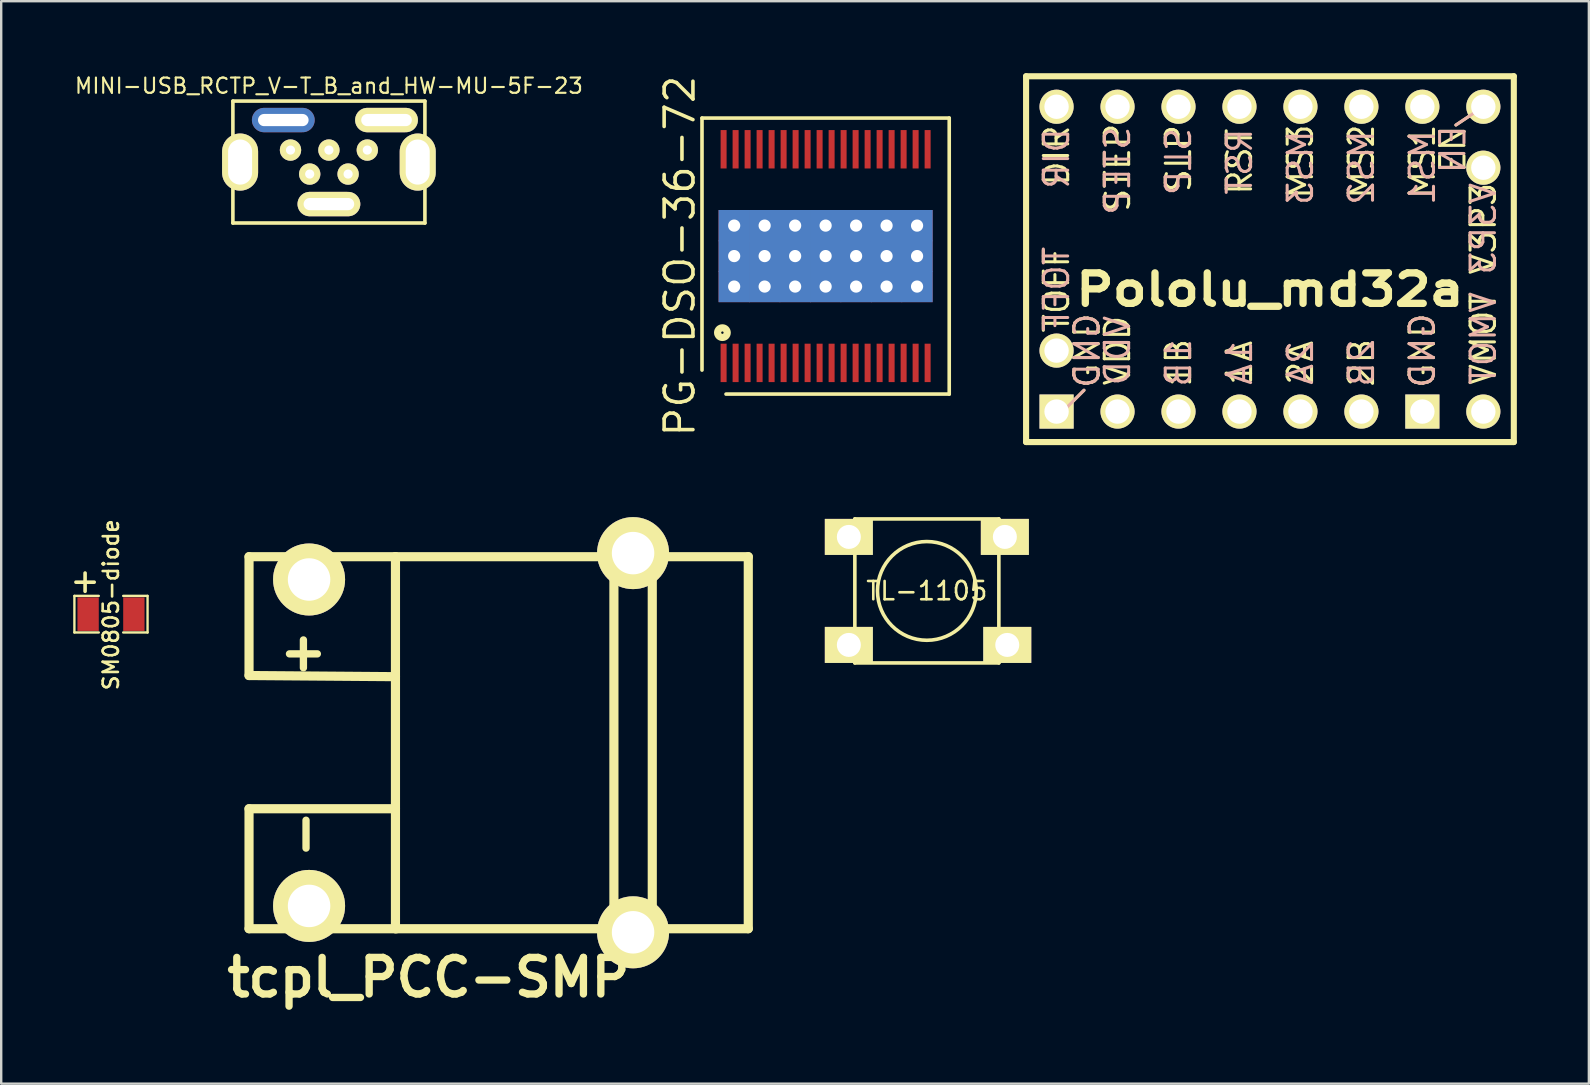
<source format=kicad_pcb>
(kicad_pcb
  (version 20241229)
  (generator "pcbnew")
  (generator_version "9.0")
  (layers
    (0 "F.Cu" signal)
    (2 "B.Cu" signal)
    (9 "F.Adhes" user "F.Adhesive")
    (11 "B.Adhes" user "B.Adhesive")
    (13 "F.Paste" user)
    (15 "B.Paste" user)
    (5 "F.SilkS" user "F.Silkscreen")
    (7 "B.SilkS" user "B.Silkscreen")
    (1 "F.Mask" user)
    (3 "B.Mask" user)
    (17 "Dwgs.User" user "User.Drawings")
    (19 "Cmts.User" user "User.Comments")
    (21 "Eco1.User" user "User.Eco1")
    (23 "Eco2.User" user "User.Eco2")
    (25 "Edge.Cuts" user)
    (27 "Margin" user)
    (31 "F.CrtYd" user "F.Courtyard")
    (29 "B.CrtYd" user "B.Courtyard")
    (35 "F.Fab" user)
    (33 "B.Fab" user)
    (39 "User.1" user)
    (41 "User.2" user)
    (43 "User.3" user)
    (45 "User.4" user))
  (footprint "Pololu_md32a"
    (layer "F.Cu")
    (at 49.859 7.747)
    (property "Reference" "Pololu_md32a" (at 0 1.27 0) (layer "F.SilkS") (effects (font (size 1.27 1.524) (thickness 0.305))))
    (attr through_hole)
    (fp_line (start -10.16 -7.62) (end 10.16 -7.62) (stroke (width 0.254) (type solid)) (layer "F.SilkS"))
    (fp_line (start -10.16 7.62) (end -10.16 -7.62) (stroke (width 0.254) (type solid)) (layer "F.SilkS"))
    (fp_line (start -8.636 6.35) (end -7.747 5.461) (stroke (width 0.127) (type solid)) (layer "F.SilkS"))
    (fp_line (start 8.89 -6.35) (end 7.747 -5.588) (stroke (width 0.127) (type solid)) (layer "F.SilkS"))
    (fp_line (start 10.16 -7.62) (end 10.16 7.62) (stroke (width 0.254) (type solid)) (layer "F.SilkS"))
    (fp_line (start 10.16 7.62) (end -10.16 7.62) (stroke (width 0.254) (type solid)) (layer "F.SilkS"))
    (fp_line (start -8.636 6.35) (end -7.747 5.461) (stroke (width 0.127) (type solid)) (layer "B.SilkS"))
    (fp_line (start 8.89 -6.35) (end 7.747 -5.588) (stroke (width 0.127) (type solid)) (layer "B.SilkS"))
    (fp_text user "MS3" (at 1.27 -4.064 90) (layer "F.SilkS") (effects (font (size 1.016 1.016) (thickness 0.127))))
    (fp_text user "VMOT" (at 8.89 3.302 90) (layer "F.SilkS") (effects (font (size 1.016 1.016) (thickness 0.127))))
    (fp_text user "2A" (at 1.27 4.318 90) (layer "F.SilkS") (effects (font (size 1.016 1.016) (thickness 0.127))))
    (fp_text user "TOFF" (at -8.89 1.27 90) (layer "F.SilkS") (effects (font (size 1.016 1.016) (thickness 0.127))))
    (fp_text user "MS1" (at 6.35 -4.064 90) (layer "F.SilkS") (effects (font (size 1.016 1.016) (thickness 0.127))))
    (fp_text user "V3P3" (at 8.89 -1.27 90) (layer "F.SilkS") (effects (font (size 1.016 1.016) (thickness 0.127))))
    (fp_text user "STEP" (at -6.35 -3.81 90) (layer "F.SilkS") (effects (font (size 1.016 1.016) (thickness 0.127))))
    (fp_text user "RST" (at -1.27 -4.064 90) (layer "F.SilkS") (effects (font (size 1.016 1.016) (thickness 0.127))))
    (fp_text user "GND" (at 6.35 3.81 90) (layer "F.SilkS") (effects (font (size 1.016 1.016) (thickness 0.127))))
    (fp_text user "2B" (at 3.81 4.318 90) (layer "F.SilkS") (effects (font (size 1.016 1.016) (thickness 0.127))))
    (fp_text user "MS2" (at 3.81 -4.064 90) (layer "F.SilkS") (effects (font (size 1.016 1.016) (thickness 0.127))))
    (fp_text user "VDD" (at -6.35 3.81 90) (layer "F.SilkS") (effects (font (size 1.016 1.016) (thickness 0.127))))
    (fp_text user "SLP" (at -3.81 -4.191 90) (layer "F.SilkS") (effects (font (size 1.016 1.016) (thickness 0.127))))
    (fp_text user "1A" (at -1.27 4.318 90) (layer "F.SilkS") (effects (font (size 1.016 1.016) (thickness 0.127))))
    (fp_text user "EN" (at 7.62 -4.572 90) (layer "F.SilkS") (effects (font (size 1.016 1.016) (thickness 0.127))))
    (fp_text user "GND" (at -7.62 3.81 90) (layer "F.SilkS") (effects (font (size 1.016 1.016) (thickness 0.127))))
    (fp_text user "1B" (at -3.81 4.318 90) (layer "F.SilkS") (effects (font (size 1.016 1.016) (thickness 0.127))))
    (fp_text user "DIR" (at -8.89 -4.318 90) (layer "F.SilkS") (effects (font (size 1.016 1.016) (thickness 0.127))))
    (fp_text user "VMOT" (at 8.89 3.302 90) (layer "B.SilkS") (effects (font (size 1.016 1.016) (thickness 0.127)) (justify mirror)))
    (fp_text user "RST" (at -1.27 -4.064 90) (layer "B.SilkS") (effects (font (size 1.016 1.016) (thickness 0.127)) (justify mirror)))
    (fp_text user "2A" (at 1.27 4.318 90) (layer "B.SilkS") (effects (font (size 1.016 1.016) (thickness 0.127)) (justify mirror)))
    (fp_text user "GND" (at 6.35 3.81 90) (layer "B.SilkS") (effects (font (size 1.016 1.016) (thickness 0.127)) (justify mirror)))
    (fp_text user "VDD" (at -6.35 3.81 90) (layer "B.SilkS") (effects (font (size 1.016 1.016) (thickness 0.127)) (justify mirror)))
    (fp_text user "V3P3" (at 8.89 -1.27 90) (layer "B.SilkS") (effects (font (size 1.016 1.016) (thickness 0.127)) (justify mirror)))
    (fp_text user "1B" (at -3.81 4.318 90) (layer "B.SilkS") (effects (font (size 1.016 1.016) (thickness 0.127)) (justify mirror)))
    (fp_text user "MS3" (at 1.27 -3.81 90) (layer "B.SilkS") (effects (font (size 1.016 1.016) (thickness 0.127)) (justify mirror)))
    (fp_text user "GND" (at -7.62 3.81 90) (layer "B.SilkS") (effects (font (size 1.016 1.016) (thickness 0.127)) (justify mirror)))
    (fp_text user "TOFF" (at -8.89 1.27 90) (layer "B.SilkS") (effects (font (size 1.016 1.016) (thickness 0.127)) (justify mirror)))
    (fp_text user "MS1" (at 6.35 -3.81 90) (layer "B.SilkS") (effects (font (size 1.016 1.016) (thickness 0.127)) (justify mirror)))
    (fp_text user "SLP" (at -3.81 -4.064 90) (layer "B.SilkS") (effects (font (size 1.016 1.016) (thickness 0.127)) (justify mirror)))
    (fp_text user "MS2" (at 3.81 -3.81 90) (layer "B.SilkS") (effects (font (size 1.016 1.016) (thickness 0.127)) (justify mirror)))
    (fp_text user "1A" (at -1.27 4.318 90) (layer "B.SilkS") (effects (font (size 1.016 1.016) (thickness 0.127)) (justify mirror)))
    (fp_text user "2B" (at 3.81 4.318 90) (layer "B.SilkS") (effects (font (size 1.016 1.016) (thickness 0.127)) (justify mirror)))
    (fp_text user "EN" (at 7.62 -4.572 90) (layer "B.SilkS") (effects (font (size 1.016 1.016) (thickness 0.127)) (justify mirror)))
    (fp_text user "STEP" (at -6.35 -3.683 90) (layer "B.SilkS") (effects (font (size 1.016 1.016) (thickness 0.127)) (justify mirror)))
    (fp_text user "DIR" (at -8.89 -4.191 90) (layer "B.SilkS") (effects (font (size 1.016 1.016) (thickness 0.127)) (justify mirror)))
    (pad "1" thru_hole rect (at -8.89 6.35) (size 1.422 1.422) (drill 1.016) (layers "*.Cu" "*.Mask" "F.SilkS"))
    (pad "2" thru_hole circle (at -6.35 6.35) (size 1.422 1.422) (drill 1.016) (layers "*.Cu" "*.Mask" "F.SilkS"))
    (pad "3" thru_hole circle (at -3.81 6.35) (size 1.422 1.422) (drill 1.016) (layers "*.Cu" "*.Mask" "F.SilkS"))
    (pad "4" thru_hole circle (at -1.27 6.35) (size 1.422 1.422) (drill 1.016) (layers "*.Cu" "*.Mask" "F.SilkS"))
    (pad "5" thru_hole circle (at 1.27 6.35) (size 1.422 1.422) (drill 1.016) (layers "*.Cu" "*.Mask" "F.SilkS"))
    (pad "6" thru_hole circle (at 3.81 6.35) (size 1.422 1.422) (drill 1.016) (layers "*.Cu" "*.Mask" "F.SilkS"))
    (pad "7" thru_hole rect (at 6.35 6.35) (size 1.422 1.422) (drill 1.016) (layers "*.Cu" "*.Mask" "F.SilkS"))
    (pad "8" thru_hole circle (at 8.89 6.35) (size 1.422 1.422) (drill 1.016) (layers "*.Cu" "*.Mask" "F.SilkS"))
    (pad "9" thru_hole circle (at 8.89 -6.35) (size 1.422 1.422) (drill 1.016) (layers "*.Cu" "*.Mask" "F.SilkS"))
    (pad "10" thru_hole circle (at 6.35 -6.35) (size 1.422 1.422) (drill 1.016) (layers "*.Cu" "*.Mask" "F.SilkS"))
    (pad "11" thru_hole circle (at 3.81 -6.35) (size 1.422 1.422) (drill 1.016) (layers "*.Cu" "*.Mask" "F.SilkS"))
    (pad "12" thru_hole circle (at 1.27 -6.35) (size 1.422 1.422) (drill 1.016) (layers "*.Cu" "*.Mask" "F.SilkS"))
    (pad "13" thru_hole circle (at -1.27 -6.35) (size 1.422 1.422) (drill 1.016) (layers "*.Cu" "*.Mask" "F.SilkS"))
    (pad "14" thru_hole circle (at -3.81 -6.35) (size 1.422 1.422) (drill 1.016) (layers "*.Cu" "*.Mask" "F.SilkS"))
    (pad "15" thru_hole circle (at -6.35 -6.35) (size 1.422 1.422) (drill 1.016) (layers "*.Cu" "*.Mask" "F.SilkS"))
    (pad "16" thru_hole circle (at -8.89 -6.35) (size 1.422 1.422) (drill 1.016) (layers "*.Cu" "*.Mask" "F.SilkS"))
    (pad "17" thru_hole circle (at -8.89 3.81) (size 1.422 1.422) (drill 1.016) (layers "*.Cu" "*.Mask" "F.SilkS"))
    (pad "18" thru_hole circle (at 8.89 -3.81) (size 1.422 1.422) (drill 1.016) (layers "*.Cu" "*.Mask" "F.SilkS")))
  (footprint "SM0805-diode"
    (layer "F.Cu")
    (at 1.574 22.538)
    (property "Reference" "SM0805-diode" (at 0 -0.391 90) (layer "F.SilkS") (effects (font (size 0.635 0.635) (thickness 0.109))))
    (attr smd)
    (fp_line (start -1.524 -0.762) (end -0.508 -0.762) (stroke (width 0.099) (type solid)) (layer "F.SilkS"))
    (fp_line (start -1.524 0.762) (end -1.524 -0.762) (stroke (width 0.099) (type solid)) (layer "F.SilkS"))
    (fp_line (start -1.46 -1.333) (end -0.699 -1.333) (stroke (width 0.15) (type solid)) (layer "F.SilkS"))
    (fp_line (start -1.079 -0.953) (end -1.079 -1.714) (stroke (width 0.15) (type solid)) (layer "F.SilkS"))
    (fp_line (start -0.508 0.762) (end -1.524 0.762) (stroke (width 0.099) (type solid)) (layer "F.SilkS"))
    (fp_line (start 0.508 -0.762) (end 1.524 -0.762) (stroke (width 0.099) (type solid)) (layer "F.SilkS"))
    (fp_line (start 1.524 -0.762) (end 1.524 0.762) (stroke (width 0.099) (type solid)) (layer "F.SilkS"))
    (fp_line (start 1.524 0.762) (end 0.508 0.762) (stroke (width 0.099) (type solid)) (layer "F.SilkS"))
    (pad "1" smd rect (at -0.953 0) (size 0.889 1.397) (layers "F.Cu" "F.Mask" "F.Paste"))
    (pad "2" smd rect (at 0.953 0) (size 0.889 1.397) (layers "F.Cu" "F.Mask" "F.Paste")))
  (footprint "TL-1105"
    (layer "F.Cu")
    (at 35.565 21.569)
    (property "Reference" "TL-1105" (at 0 0 0) (layer "F.SilkS") (effects (font (size 0.762 0.762) (thickness 0.109))))
    (attr through_hole)
    (fp_line (start -3 -3) (end -3 3) (stroke (width 0.15) (type solid)) (layer "F.SilkS"))
    (fp_line (start -3 -3) (end 3 -3) (stroke (width 0.15) (type solid)) (layer "F.SilkS"))
    (fp_line (start 3 -3) (end 3 3) (stroke (width 0.15) (type solid)) (layer "F.SilkS"))
    (fp_line (start 3 3) (end -3 3) (stroke (width 0.15) (type solid)) (layer "F.SilkS"))
    (fp_circle (center 0 0) (end 2.032 0.318) (stroke (width 0.15) (type solid)) (fill no) (layer "F.SilkS"))
    (pad "1" thru_hole rect (at -3.25 -2.25) (size 2 1.5) (drill 1) (layers "*.Cu" "*.Mask" "F.SilkS"))
    (pad "1" thru_hole rect (at 3.25 -2.25) (size 2 1.5) (drill 1) (layers "*.Cu" "*.Mask" "F.SilkS"))
    (pad "2" thru_hole rect (at -3.25 2.25) (size 2 1.5) (drill 1) (layers "*.Cu" "*.Mask" "F.SilkS"))
    (pad "2" thru_hole rect (at 3.35 2.25) (size 2 1.5) (drill 1) (layers "*.Cu" "*.Mask" "F.SilkS")))
  (footprint "tcpl_PCC-SMP"
    (layer "F.Cu")
    (at 16.576 27.893)
    (property "Reference" "tcpl_PCC-SMP" (at -1.778 9.779 0) (layer "F.SilkS") (effects (font (size 1.524 1.524) (thickness 0.305))))
    (attr through_hole)
    (fp_line (start -9.251 -7.75) (end -3.15 -7.75) (stroke (width 0.381) (type solid)) (layer "F.SilkS"))
    (fp_line (start -9.251 -2.799) (end -9.251 -7.75) (stroke (width 0.381) (type solid)) (layer "F.SilkS"))
    (fp_line (start -9.251 2.751) (end -3.15 2.751) (stroke (width 0.381) (type solid)) (layer "F.SilkS"))
    (fp_line (start -9.251 7.75) (end -9.251 2.751) (stroke (width 0.381) (type solid)) (layer "F.SilkS"))
    (fp_line (start -3.15 -7.75) (end 11.549 -7.75) (stroke (width 0.381) (type solid)) (layer "F.SilkS"))
    (fp_line (start -3.15 -2.751) (end -9.251 -2.799) (stroke (width 0.381) (type solid)) (layer "F.SilkS"))
    (fp_line (start -3.15 7.75) (end -3.15 -7.75) (stroke (width 0.381) (type solid)) (layer "F.SilkS"))
    (fp_line (start -3.099 7.75) (end -9.251 7.75) (stroke (width 0.381) (type solid)) (layer "F.SilkS"))
    (fp_line (start 5.951 7.75) (end 5.951 -7.75) (stroke (width 0.381) (type solid)) (layer "F.SilkS"))
    (fp_line (start 7.549 -7.75) (end 7.549 7.75) (stroke (width 0.381) (type solid)) (layer "F.SilkS"))
    (fp_line (start 11.549 -7.75) (end 11.549 7.75) (stroke (width 0.381) (type solid)) (layer "F.SilkS"))
    (fp_line (start 11.549 7.75) (end -3.15 7.75) (stroke (width 0.381) (type solid)) (layer "F.SilkS"))
    (fp_text user "+" (at -6.985 -3.81 0) (layer "F.SilkS") (effects (font (size 1.524 1.524) (thickness 0.305))))
    (fp_text user "-" (at -6.985 3.81 90) (layer "F.SilkS") (effects (font (size 1.524 1.524) (thickness 0.305))))
    (pad "1" thru_hole circle (at -6.749 6.8) (size 3 3) (drill 1.77) (layers "*.Cu" "*.Mask" "F.SilkS"))
    (pad "2" thru_hole circle (at -6.749 -6.8) (size 3 3) (drill 1.77) (layers "*.Cu" "*.Mask" "F.SilkS"))
    (pad "M" thru_hole circle (at 6.749 -7.899) (size 3 3) (drill 1.77) (layers "*.Cu" "*.Mask" "F.SilkS"))
    (pad "M" thru_hole circle (at 6.749 7.899) (size 3 3) (drill 1.77) (layers "*.Cu" "*.Mask" "F.SilkS")))
  (footprint "MINI-USB_RCTP_V-T_B_and_HW-MU-5F-23"
    (layer "F.Cu")
    (at 10.653 3.702)
    (property "Reference" "MINI-USB_RCTP_V-T_B_and_HW-MU-5F-23" (at 0 -3.175 0) (layer "F.SilkS") (effects (font (size 0.635 0.635) (thickness 0.089))))
    (attr smd)
    (fp_line (start -4 2.54) (end -4 -2.54) (stroke (width 0.15) (type solid)) (layer "F.SilkS"))
    (fp_line (start -4 -2.54) (end 4 -2.54) (stroke (width 0.15) (type solid)) (layer "F.SilkS"))
    (fp_line (start 4 -2.54) (end 4 2.54) (stroke (width 0.15) (type solid)) (layer "F.SilkS"))
    (fp_line (start 4 2.54) (end -4 2.54) (stroke (width 0.15) (type solid)) (layer "F.SilkS"))
    (pad "1" thru_hole circle (at -1.6 -0.5) (size 0.889 0.889) (drill 0.381) (layers "*.Cu" "*.Mask" "F.SilkS"))
    (pad "2" thru_hole circle (at -0.8 0.5) (size 0.889 0.889) (drill 0.381) (layers "*.Cu" "*.Mask" "F.SilkS"))
    (pad "3" thru_hole circle (at 0 -0.5) (size 0.889 0.889) (drill 0.381) (layers "*.Cu" "*.Mask" "F.SilkS"))
    (pad "4" thru_hole circle (at 0.8 0.5) (size 0.889 0.889) (drill 0.381) (layers "*.Cu" "*.Mask" "F.SilkS"))
    (pad "5" thru_hole circle (at 1.6 -0.5) (size 0.889 0.889) (drill 0.381) (layers "*.Cu" "*.Mask" "F.SilkS"))
    (pad "6" thru_hole oval (at -3.7 0 90) (size 2.38 1.5) (drill oval 1.88 1) (layers "*.Cu" "*.Mask" "F.SilkS"))
    (pad "6" thru_hole oval (at -1.9 -1.75 90) (size 1.016 2.616) (drill oval 0.508 2.108) (layers "*.Cu" "*.Mask"))
    (pad "6" thru_hole oval (at 0 1.75 90) (size 1.016 2.616) (drill oval 0.508 2.108) (layers "*.Cu" "*.Mask" "F.SilkS"))
    (pad "6" thru_hole oval (at 2.4 -1.75 90) (size 1.016 2.616) (drill oval 0.508 2.108) (layers "*.Cu" "*.Mask" "F.SilkS"))
    (pad "6" thru_hole oval (at 3.7 0 90) (size 2.38 1.5) (drill oval 1.88 1) (layers "*.Cu" "*.Mask" "F.SilkS")))
  (footprint "PG-DSO-36-72"
    (layer "F.Cu")
    (at 31.347 7.619)
    (property "Reference" "PG-DSO-36-72" (at -6.075 0 90) (layer "F.SilkS") (effects (font (size 1.2 1.2) (thickness 0.15))))
    (attr through_hole)
    (fp_line (start -5.15 -5.75) (end -5.15 4.75) (stroke (width 0.15) (type solid)) (layer "F.SilkS"))
    (fp_line (start -4.15 5.75) (end 5.15 5.75) (stroke (width 0.15) (type solid)) (layer "F.SilkS"))
    (fp_line (start 5.15 -5.75) (end -5.15 -5.75) (stroke (width 0.15) (type solid)) (layer "F.SilkS"))
    (fp_line (start 5.15 5.75) (end 5.15 -5.75) (stroke (width 0.15) (type solid)) (layer "F.SilkS"))
    (fp_circle (center -4.3 3.19) (end -4.5 3.19) (stroke (width 0.3) (type solid)) (fill no) (layer "F.SilkS"))
    (pad "1" smd rect (at -4.25 4.45) (size 0.25 1.6) (layers "F.Cu" "F.Mask" "F.Paste"))
    (pad "2" smd rect (at -3.75 4.45) (size 0.25 1.6) (layers "F.Cu" "F.Mask" "F.Paste"))
    (pad "3" smd rect (at -3.25 4.45) (size 0.25 1.6) (layers "F.Cu" "F.Mask" "F.Paste"))
    (pad "4" smd rect (at -2.75 4.45) (size 0.25 1.6) (layers "F.Cu" "F.Mask" "F.Paste"))
    (pad "5" smd rect (at -2.25 4.45) (size 0.25 1.6) (layers "F.Cu" "F.Mask" "F.Paste"))
    (pad "6" smd rect (at -1.75 4.45) (size 0.25 1.6) (layers "F.Cu" "F.Mask" "F.Paste"))
    (pad "7" smd rect (at -1.25 4.45) (size 0.25 1.6) (layers "F.Cu" "F.Mask" "F.Paste"))
    (pad "8" smd rect (at -0.75 4.45) (size 0.25 1.6) (layers "F.Cu" "F.Mask" "F.Paste"))
    (pad "9" smd rect (at -0.25 4.45) (size 0.25 1.6) (layers "F.Cu" "F.Mask" "F.Paste"))
    (pad "10" smd rect (at 0.25 4.45) (size 0.25 1.6) (layers "F.Cu" "F.Mask" "F.Paste"))
    (pad "11" smd rect (at 0.75 4.45) (size 0.25 1.6) (layers "F.Cu" "F.Mask" "F.Paste"))
    (pad "12" smd rect (at 1.25 4.45) (size 0.25 1.6) (layers "F.Cu" "F.Mask" "F.Paste"))
    (pad "13" smd rect (at 1.75 4.45) (size 0.25 1.6) (layers "F.Cu" "F.Mask" "F.Paste"))
    (pad "14" smd rect (at 2.25 4.45) (size 0.25 1.6) (layers "F.Cu" "F.Mask" "F.Paste"))
    (pad "15" smd rect (at 2.75 4.45) (size 0.25 1.6) (layers "F.Cu" "F.Mask" "F.Paste"))
    (pad "16" smd rect (at 3.25 4.45) (size 0.25 1.6) (layers "F.Cu" "F.Mask" "F.Paste"))
    (pad "17" smd rect (at 3.75 4.45) (size 0.25 1.6) (layers "F.Cu" "F.Mask" "F.Paste"))
    (pad "18" smd rect (at 4.25 4.45) (size 0.25 1.6) (layers "F.Cu" "F.Mask" "F.Paste"))
    (pad "19" smd rect (at 4.25 -4.45) (size 0.25 1.6) (layers "F.Cu" "F.Mask" "F.Paste"))
    (pad "20" smd rect (at 3.75 -4.45) (size 0.25 1.6) (layers "F.Cu" "F.Mask" "F.Paste"))
    (pad "21" smd rect (at 3.25 -4.45) (size 0.25 1.6) (layers "F.Cu" "F.Mask" "F.Paste"))
    (pad "22" smd rect (at 2.75 -4.45) (size 0.25 1.6) (layers "F.Cu" "F.Mask" "F.Paste"))
    (pad "23" smd rect (at 2.25 -4.45) (size 0.25 1.6) (layers "F.Cu" "F.Mask" "F.Paste"))
    (pad "24" smd rect (at 1.75 -4.45) (size 0.25 1.6) (layers "F.Cu" "F.Mask" "F.Paste"))
    (pad "25" smd rect (at 1.25 -4.45) (size 0.25 1.6) (layers "F.Cu" "F.Mask" "F.Paste"))
    (pad "26" smd rect (at 0.75 -4.45) (size 0.25 1.6) (layers "F.Cu" "F.Mask" "F.Paste"))
    (pad "27" smd rect (at 0.25 -4.45) (size 0.25 1.6) (layers "F.Cu" "F.Mask" "F.Paste"))
    (pad "28" smd rect (at -0.25 -4.45) (size 0.25 1.6) (layers "F.Cu" "F.Mask" "F.Paste"))
    (pad "29" smd rect (at -0.75 -4.45) (size 0.25 1.6) (layers "F.Cu" "F.Mask" "F.Paste"))
    (pad "30" smd rect (at -1.25 -4.45) (size 0.25 1.6) (layers "F.Cu" "F.Mask" "F.Paste"))
    (pad "31" smd rect (at -1.75 -4.45) (size 0.25 1.6) (layers "F.Cu" "F.Mask" "F.Paste"))
    (pad "32" smd rect (at -2.25 -4.45) (size 0.25 1.6) (layers "F.Cu" "F.Mask" "F.Paste"))
    (pad "33" smd rect (at -2.75 -4.45) (size 0.25 1.6) (layers "F.Cu" "F.Mask" "F.Paste"))
    (pad "34" smd rect (at -3.25 -4.45) (size 0.25 1.6) (layers "F.Cu" "F.Mask" "F.Paste"))
    (pad "35" smd rect (at -3.75 -4.45) (size 0.25 1.6) (layers "F.Cu" "F.Mask" "F.Paste"))
    (pad "36" smd rect (at -4.25 -4.45) (size 0.25 1.6) (layers "F.Cu" "F.Mask" "F.Paste"))
    (pad "37" thru_hole rect (at -3.81 -1.27) (size 1.3 1.3) (drill 0.508) (layers "*.Cu" "*.Mask"))
    (pad "37" thru_hole rect (at -3.81 0) (size 1.3 1.3) (drill 0.508) (layers "*.Cu" "*.Mask"))
    (pad "37" thru_hole rect (at -3.81 1.27) (size 1.3 1.3) (drill 0.508) (layers "*.Cu" "*.Mask"))
    (pad "37" thru_hole rect (at -2.54 -1.27) (size 1.3 1.3) (drill 0.508) (layers "*.Cu" "*.Mask"))
    (pad "37" thru_hole rect (at -2.54 0) (size 1.3 1.3) (drill 0.508) (layers "*.Cu" "*.Mask"))
    (pad "37" thru_hole rect (at -2.54 1.27) (size 1.3 1.3) (drill 0.508) (layers "*.Cu" "*.Mask"))
    (pad "37" thru_hole rect (at -1.27 -1.27) (size 1.3 1.3) (drill 0.508) (layers "*.Cu" "*.Mask"))
    (pad "37" thru_hole rect (at -1.27 0) (size 1.3 1.3) (drill 0.508) (layers "*.Cu" "*.Mask"))
    (pad "37" thru_hole rect (at -1.27 1.27) (size 1.3 1.3) (drill 0.508) (layers "*.Cu" "*.Mask"))
    (pad "37" thru_hole rect (at 0 -1.27) (size 1.3 1.3) (drill 0.508) (layers "*.Cu" "*.Mask"))
    (pad "37" thru_hole rect (at 0 0) (size 1.3 1.3) (drill 0.508) (layers "*.Cu" "*.Mask"))
    (pad "37" thru_hole rect (at 0 1.27) (size 1.3 1.3) (drill 0.508) (layers "*.Cu" "*.Mask"))
    (pad "37" thru_hole rect (at 1.27 -1.27) (size 1.3 1.3) (drill 0.508) (layers "*.Cu" "*.Mask"))
    (pad "37" thru_hole rect (at 1.27 0) (size 1.3 1.3) (drill 0.508) (layers "*.Cu" "*.Mask"))
    (pad "37" thru_hole rect (at 1.27 1.27) (size 1.3 1.3) (drill 0.508) (layers "*.Cu" "*.Mask"))
    (pad "37" thru_hole rect (at 2.54 -1.27) (size 1.3 1.3) (drill 0.508) (layers "*.Cu" "*.Mask"))
    (pad "37" thru_hole rect (at 2.54 0) (size 1.3 1.3) (drill 0.508) (layers "*.Cu" "*.Mask"))
    (pad "37" thru_hole rect (at 2.54 1.27) (size 1.3 1.3) (drill 0.508) (layers "*.Cu" "*.Mask"))
    (pad "37" thru_hole rect (at 3.81 -1.27) (size 1.3 1.3) (drill 0.508) (layers "*.Cu" "*.Mask"))
    (pad "37" thru_hole rect (at 3.81 0) (size 1.3 1.3) (drill 0.508) (layers "*.Cu" "*.Mask"))
    (pad "37" thru_hole rect (at 3.81 1.27) (size 1.3 1.3) (drill 0.508) (layers "*.Cu" "*.Mask")))
  (gr_rect
    (start -3 -3)
    (end 63.146 42.099)
    (stroke (width 0.1) (type default))
    (fill no)
    (layer "Edge.Cuts")))
</source>
